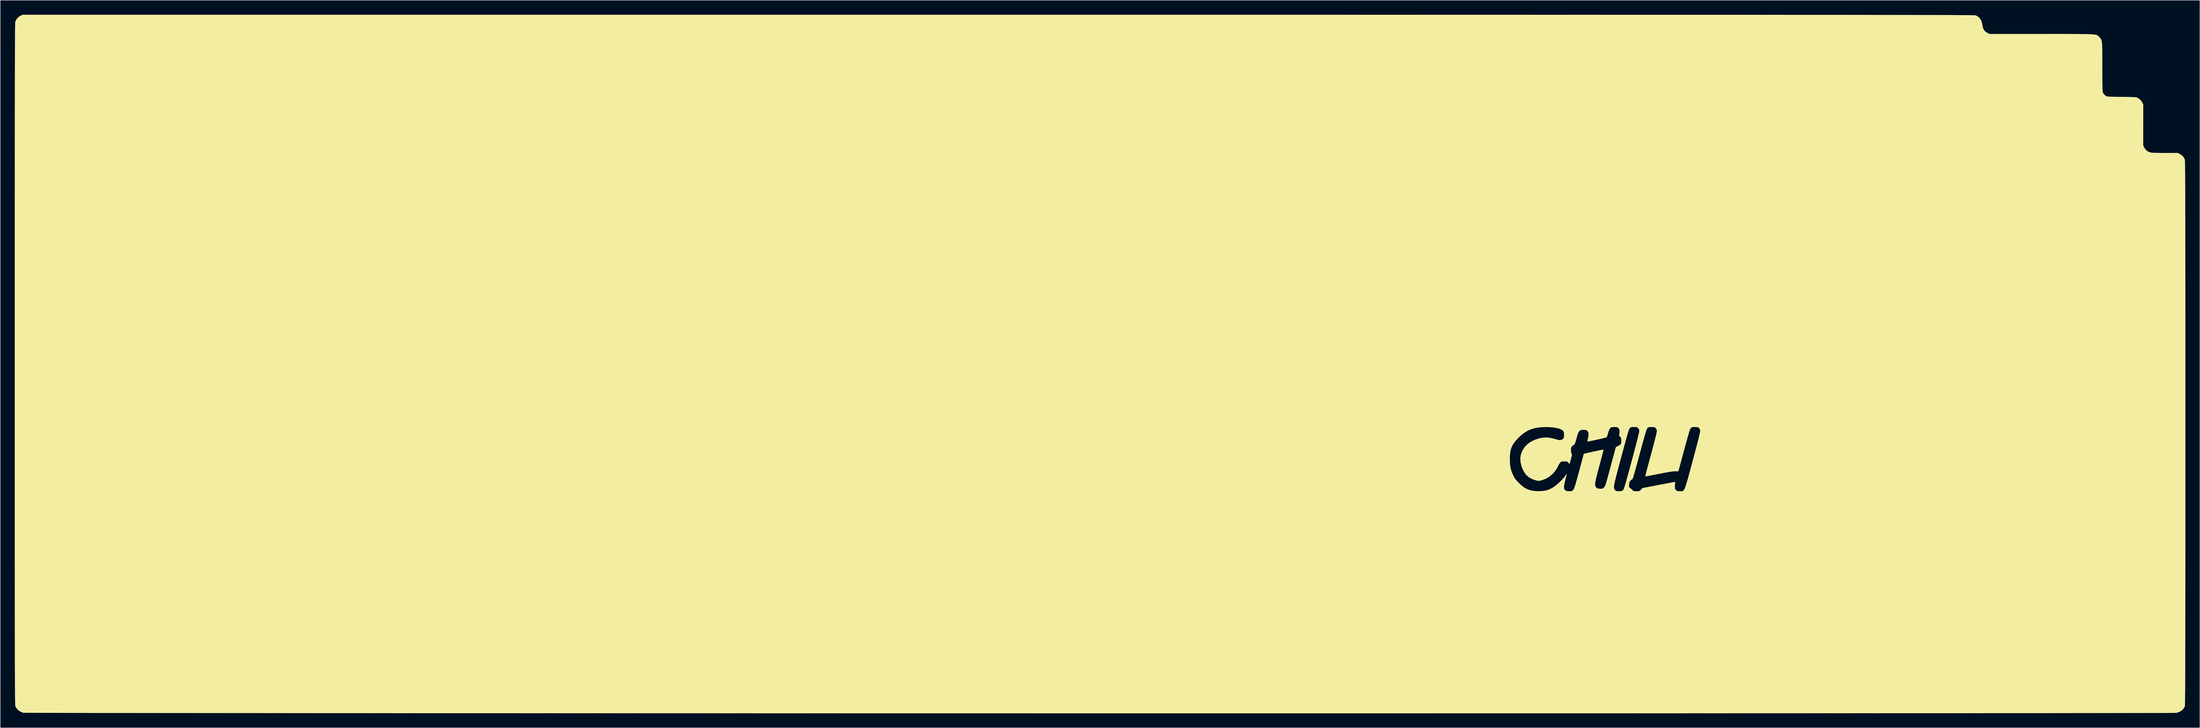
<source format=kicad_pcb>
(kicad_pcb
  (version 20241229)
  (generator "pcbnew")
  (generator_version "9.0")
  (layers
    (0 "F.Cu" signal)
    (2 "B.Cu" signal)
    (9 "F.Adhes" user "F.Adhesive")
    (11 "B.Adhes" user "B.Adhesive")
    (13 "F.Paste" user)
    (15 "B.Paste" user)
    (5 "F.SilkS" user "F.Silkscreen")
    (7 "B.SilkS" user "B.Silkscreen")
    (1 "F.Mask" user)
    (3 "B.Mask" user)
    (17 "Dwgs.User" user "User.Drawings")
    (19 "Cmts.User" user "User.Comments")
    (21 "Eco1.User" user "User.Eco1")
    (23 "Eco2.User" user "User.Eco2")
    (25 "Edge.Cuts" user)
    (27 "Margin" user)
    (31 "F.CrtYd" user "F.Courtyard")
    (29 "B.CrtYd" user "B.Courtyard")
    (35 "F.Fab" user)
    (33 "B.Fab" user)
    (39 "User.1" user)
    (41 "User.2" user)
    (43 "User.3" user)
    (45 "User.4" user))
  (footprint "LOGO"
    (layer "F.Cu")
    (at 224.668 72.226)
    (property "Reference" "LOGO" (at 0 0 0) (layer "F.SilkS") (effects (font (size 1.524 1.524) (thickness 0.3))))
    (attr through_hole)
    (fp_poly (pts (xy -13.93 -72.221) (xy -6.971 -72.221) (xy -0.177 -72.221) (xy 6.454 -72.221) (xy 12.923 -72.221) (xy 19.233 -72.22) (xy 25.385 -72.22) (xy 31.381 -72.22) (xy 37.224 -72.22) (xy 42.915 -72.22) (xy 48.456 -72.22) (xy 53.85 -72.219) (xy 59.097 -72.219) (xy 64.201 -72.219) (xy 69.163 -72.218) (xy 73.985 -72.218) (xy 78.669 -72.218) (xy 83.217 -72.217) (xy 87.631 -72.217) (xy 91.912 -72.216) (xy 96.064 -72.216) (xy 100.087 -72.215) (xy 103.984 -72.214) (xy 107.757 -72.214) (xy 111.407 -72.213) (xy 114.937 -72.212) (xy 118.349 -72.211) (xy 121.644 -72.211) (xy 124.825 -72.21) (xy 127.893 -72.209) (xy 130.851 -72.208) (xy 133.7 -72.207) (xy 136.442 -72.206) (xy 139.08 -72.204) (xy 141.615 -72.203) (xy 144.049 -72.202) (xy 146.384 -72.2) (xy 148.622 -72.199) (xy 150.766 -72.198) (xy 152.816 -72.196) (xy 154.776 -72.194) (xy 156.646 -72.193) (xy 158.43 -72.191) (xy 160.128 -72.189) (xy 161.743 -72.187) (xy 163.277 -72.185) (xy 164.732 -72.183) (xy 166.109 -72.181) (xy 167.411 -72.179) (xy 168.64 -72.177) (xy 169.797 -72.175) (xy 170.885 -72.172) (xy 171.906 -72.17) (xy 172.861 -72.167) (xy 173.752 -72.165) (xy 174.581 -72.162) (xy 175.351 -72.159) (xy 176.064 -72.156) (xy 176.72 -72.153) (xy 177.323 -72.15) (xy 177.874 -72.147) (xy 178.375 -72.144) (xy 178.828 -72.14) (xy 179.235 -72.137) (xy 179.599 -72.134) (xy 179.92 -72.13) (xy 180.201 -72.126) (xy 180.444 -72.122) (xy 180.651 -72.118) (xy 180.824 -72.114) (xy 180.964 -72.11) (xy 181.074 -72.106) (xy 181.156 -72.102) (xy 181.211 -72.097) (xy 181.242 -72.093) (xy 181.248 -72.091) (xy 181.746 -71.811) (xy 182.127 -71.429) (xy 182.4 -70.933) (xy 182.574 -70.31) (xy 182.611 -70.069) (xy 182.725 -69.515) (xy 182.918 -69.088) (xy 183.21 -68.755) (xy 183.623 -68.483) (xy 183.632 -68.478) (xy 184.085 -68.241) (xy 194.855 -68.241) (xy 196.468 -68.242) (xy 197.92 -68.242) (xy 199.22 -68.242) (xy 200.378 -68.241) (xy 201.402 -68.239) (xy 202.3 -68.235) (xy 203.082 -68.229) (xy 203.757 -68.22) (xy 204.333 -68.208) (xy 204.819 -68.192) (xy 205.224 -68.173) (xy 205.557 -68.148) (xy 205.827 -68.119) (xy 206.042 -68.084) (xy 206.211 -68.043) (xy 206.344 -67.996) (xy 206.448 -67.942) (xy 206.534 -67.88) (xy 206.609 -67.811) (xy 206.682 -67.733) (xy 206.763 -67.647) (xy 206.801 -67.609) (xy 206.926 -67.482) (xy 207.034 -67.365) (xy 207.126 -67.244) (xy 207.202 -67.105) (xy 207.264 -66.934) (xy 207.314 -66.719) (xy 207.354 -66.446) (xy 207.383 -66.102) (xy 207.404 -65.674) (xy 207.418 -65.147) (xy 207.427 -64.508) (xy 207.431 -63.745) (xy 207.433 -62.844) (xy 207.433 -61.791) (xy 207.433 -61.416) (xy 207.435 -60.167) (xy 207.44 -59.087) (xy 207.448 -58.176) (xy 207.459 -57.433) (xy 207.473 -56.86) (xy 207.491 -56.455) (xy 207.511 -56.218) (xy 207.524 -56.161) (xy 207.744 -55.792) (xy 208.088 -55.478) (xy 208.238 -55.385) (xy 208.326 -55.347) (xy 208.448 -55.315) (xy 208.623 -55.29) (xy 208.867 -55.27) (xy 209.199 -55.255) (xy 209.637 -55.244) (xy 210.198 -55.234) (xy 210.9 -55.227) (xy 211.37 -55.223) (xy 212.149 -55.215) (xy 212.846 -55.202) (xy 213.445 -55.186) (xy 213.929 -55.166) (xy 214.282 -55.144) (xy 214.487 -55.12) (xy 214.517 -55.113) (xy 214.999 -54.87) (xy 215.408 -54.497) (xy 215.682 -54.08) (xy 215.906 -53.623) (xy 215.897 -45.163) (xy 216.132 -44.701) (xy 216.45 -44.238) (xy 216.871 -43.909) (xy 217.399 -43.71) (xy 217.508 -43.687) (xy 217.713 -43.665) (xy 218.062 -43.645) (xy 218.529 -43.628) (xy 219.088 -43.616) (xy 219.714 -43.608) (xy 220.38 -43.606) (xy 220.504 -43.606) (xy 223.035 -43.612) (xy 223.49 -43.389) (xy 223.957 -43.084) (xy 224.305 -42.672) (xy 224.491 -42.31) (xy 224.5 -42.278) (xy 224.508 -42.22) (xy 224.516 -42.133) (xy 224.523 -42.013) (xy 224.53 -41.857) (xy 224.537 -41.66) (xy 224.543 -41.419) (xy 224.55 -41.131) (xy 224.555 -40.791) (xy 224.561 -40.396) (xy 224.566 -39.943) (xy 224.571 -39.426) (xy 224.575 -38.843) (xy 224.58 -38.191) (xy 224.584 -37.464) (xy 224.587 -36.66) (xy 224.591 -35.775) (xy 224.594 -34.804) (xy 224.597 -33.746) (xy 224.6 -32.594) (xy 224.602 -31.347) (xy 224.605 -30) (xy 224.607 -28.549) (xy 224.609 -26.991) (xy 224.611 -25.323) (xy 224.612 -23.539) (xy 224.614 -21.637) (xy 224.615 -19.613) (xy 224.616 -17.463) (xy 224.617 -15.184) (xy 224.618 -12.771) (xy 224.619 -10.221) (xy 224.619 -7.53) (xy 224.62 -4.695) (xy 224.62 -1.712) (xy 224.621 1.423) (xy 224.621 4.714) (xy 224.621 8.164) (xy 224.621 11.777) (xy 224.621 14.351) (xy 224.621 18.116) (xy 224.621 21.716) (xy 224.621 25.153) (xy 224.62 28.432) (xy 224.62 31.556) (xy 224.619 34.528) (xy 224.619 37.353) (xy 224.618 40.033) (xy 224.617 42.572) (xy 224.616 44.974) (xy 224.615 47.242) (xy 224.613 49.38) (xy 224.612 51.392) (xy 224.61 53.28) (xy 224.608 55.049) (xy 224.606 56.703) (xy 224.604 58.244) (xy 224.601 59.676) (xy 224.599 61.003) (xy 224.596 62.229) (xy 224.593 63.357) (xy 224.589 64.39) (xy 224.586 65.332) (xy 224.582 66.187) (xy 224.578 66.958) (xy 224.573 67.649) (xy 224.569 68.263) (xy 224.564 68.805) (xy 224.558 69.276) (xy 224.553 69.682) (xy 224.547 70.026) (xy 224.541 70.31) (xy 224.535 70.54) (xy 224.528 70.718) (xy 224.521 70.847) (xy 224.513 70.933) (xy 224.506 70.977) (xy 224.505 70.98) (xy 224.209 71.475) (xy 223.781 71.871) (xy 223.236 72.16) (xy 222.775 72.295) (xy 222.674 72.298) (xy 222.407 72.302) (xy 221.976 72.305) (xy 221.384 72.308) (xy 220.633 72.312) (xy 219.726 72.315) (xy 218.667 72.318) (xy 217.457 72.321) (xy 216.099 72.324) (xy 214.597 72.327) (xy 212.952 72.329) (xy 211.167 72.332) (xy 209.246 72.335) (xy 207.19 72.337) (xy 205.003 72.34) (xy 202.688 72.343) (xy 200.246 72.345) (xy 197.681 72.347) (xy 194.995 72.35) (xy 192.191 72.352) (xy 189.272 72.354) (xy 186.24 72.356) (xy 183.098 72.358) (xy 179.849 72.36) (xy 176.496 72.362) (xy 173.041 72.364) (xy 169.487 72.366) (xy 165.837 72.368) (xy 162.092 72.369) (xy 158.257 72.371) (xy 154.334 72.372) (xy 150.325 72.374) (xy 146.233 72.375) (xy 142.061 72.377) (xy 137.811 72.378) (xy 133.487 72.379) (xy 129.09 72.381) (xy 124.625 72.382) (xy 120.092 72.383) (xy 115.496 72.384) (xy 110.838 72.385) (xy 106.121 72.386) (xy 101.349 72.387) (xy 96.524 72.387) (xy 91.648 72.388) (xy 86.724 72.389) (xy 81.755 72.389) (xy 76.744 72.39) (xy 71.694 72.39) (xy 66.606 72.391) (xy 61.484 72.391) (xy 56.33 72.392) (xy 51.147 72.392) (xy 45.939 72.392) (xy 40.706 72.392) (xy 35.453 72.392) (xy 30.182 72.392) (xy 24.896 72.392) (xy 19.596 72.392) (xy 14.287 72.392) (xy 8.971 72.392) (xy 3.65 72.392) (xy -1.673 72.391) (xy -6.995 72.391) (xy -12.314 72.391) (xy -17.627 72.39) (xy -22.93 72.39) (xy -28.222 72.389) (xy -33.5 72.389) (xy -38.76 72.388) (xy -44.001 72.387) (xy -49.22 72.386) (xy -54.413 72.385) (xy -59.579 72.385) (xy -64.714 72.384) (xy -69.815 72.383) (xy -74.881 72.382) (xy -79.909 72.38) (xy -84.895 72.379) (xy -89.837 72.378) (xy -94.732 72.377) (xy -99.578 72.375) (xy -104.372 72.374) (xy -109.111 72.373) (xy -113.792 72.371) (xy -118.414 72.37) (xy -122.972 72.368) (xy -127.465 72.366) (xy -131.889 72.365) (xy -136.243 72.363) (xy -140.523 72.361) (xy -144.726 72.359) (xy -148.85 72.357) (xy -152.893 72.355) (xy -156.851 72.353) (xy -160.722 72.351) (xy -164.503 72.349) (xy -168.191 72.347) (xy -171.784 72.345) (xy -175.279 72.343) (xy -178.673 72.34) (xy -181.964 72.338) (xy -185.149 72.336) (xy -188.225 72.333) (xy -191.189 72.331) (xy -194.04 72.328) (xy -196.773 72.326) (xy -199.387 72.323) (xy -201.878 72.32) (xy -204.245 72.317) (xy -206.484 72.315) (xy -208.592 72.312) (xy -210.567 72.309) (xy -212.407 72.306) (xy -214.108 72.303) (xy -215.668 72.3) (xy -217.084 72.297) (xy -218.353 72.294) (xy -219.473 72.291) (xy -220.441 72.287) (xy -221.254 72.284) (xy -221.91 72.281) (xy -222.406 72.277) (xy -222.739 72.274) (xy -222.907 72.271) (xy -222.927 72.269) (xy -223.543 72.023) (xy -224.036 71.662) (xy -224.41 71.181) (xy -224.525 70.957) (xy -224.534 70.93) (xy -224.541 70.885) (xy -224.549 70.818) (xy -224.556 70.726) (xy -224.563 70.605) (xy -224.569 70.451) (xy -224.576 70.263) (xy -224.582 70.035) (xy -224.587 69.765) (xy -224.593 69.45) (xy -224.598 69.086) (xy -224.603 68.67) (xy -224.608 68.198) (xy -224.612 67.667) (xy -224.616 67.074) (xy -224.62 66.415) (xy -224.624 65.687) (xy -224.627 64.886) (xy -224.631 64.01) (xy -224.634 63.055) (xy -224.637 62.017) (xy -224.639 60.893) (xy -224.642 59.681) (xy -224.644 58.375) (xy -224.646 56.974) (xy -224.648 55.473) (xy -224.65 53.87) (xy -224.652 52.161) (xy -224.653 50.342) (xy -224.655 48.411) (xy -224.656 46.363) (xy -224.657 44.196) (xy -224.658 41.907) (xy -224.659 39.491) (xy -224.66 36.945) (xy -224.66 34.267) (xy -224.661 31.453) (xy -224.662 28.499) (xy -224.662 25.401) (xy -224.662 22.158) (xy -224.662 19.727) (xy 84.803 19.727) (xy 84.822 20.524) (xy 84.884 21.201) (xy 84.999 21.804) (xy 85.175 22.379) (xy 85.422 22.971) (xy 85.487 23.108) (xy 85.668 23.468) (xy 85.843 23.762) (xy 86.044 24.034) (xy 86.302 24.327) (xy 86.652 24.686) (xy 86.687 24.721) (xy 87.219 25.221) (xy 87.706 25.602) (xy 88.19 25.889) (xy 88.712 26.109) (xy 89.171 26.249) (xy 89.699 26.348) (xy 90.327 26.398) (xy 91 26.399) (xy 91.663 26.354) (xy 92.261 26.264) (xy 92.661 26.159) (xy 93.024 26.011) (xy 93.441 25.804) (xy 93.829 25.579) (xy 93.876 25.549) (xy 94.291 25.246) (xy 94.755 24.854) (xy 95.229 24.411) (xy 95.675 23.955) (xy 96.054 23.523) (xy 96.296 23.2) (xy 96.451 22.975) (xy 96.562 22.829) (xy 96.605 22.795) (xy 96.605 22.795) (xy 96.583 22.895) (xy 96.525 23.126) (xy 96.439 23.455) (xy 96.332 23.85) (xy 96.308 23.936) (xy 96.18 24.446) (xy 96.082 24.914) (xy 96.024 25.297) (xy 96.012 25.489) (xy 96.025 25.783) (xy 96.078 25.976) (xy 96.195 26.134) (xy 96.249 26.188) (xy 96.395 26.31) (xy 96.548 26.379) (xy 96.764 26.409) (xy 97.087 26.416) (xy 97.297 26.416) (xy 97.474 26.407) (xy 97.627 26.377) (xy 97.762 26.311) (xy 97.885 26.197) (xy 98.002 26.021) (xy 98.12 25.771) (xy 98.247 25.433) (xy 98.387 24.993) (xy 98.549 24.439) (xy 98.737 23.758) (xy 98.96 22.936) (xy 99.141 22.263) (xy 100.11 18.662) (xy 102.129 18.211) (xy 102.689 18.088) (xy 103.193 17.98) (xy 103.618 17.894) (xy 103.94 17.833) (xy 104.137 17.802) (xy 104.189 17.8) (xy 104.176 17.888) (xy 104.123 18.122) (xy 104.034 18.484) (xy 103.914 18.956) (xy 103.766 19.522) (xy 103.596 20.163) (xy 103.408 20.862) (xy 103.338 21.122) (xy 103.088 22.047) (xy 102.883 22.824) (xy 102.719 23.469) (xy 102.596 23.995) (xy 102.511 24.418) (xy 102.461 24.753) (xy 102.445 25.015) (xy 102.46 25.219) (xy 102.504 25.379) (xy 102.576 25.511) (xy 102.672 25.629) (xy 102.68 25.638) (xy 102.828 25.776) (xy 102.984 25.853) (xy 103.205 25.889) (xy 103.464 25.901) (xy 103.768 25.903) (xy 103.964 25.876) (xy 104.111 25.799) (xy 104.268 25.654) (xy 104.297 25.624) (xy 104.319 25.6) (xy 106.348 25.6) (xy 106.356 25.771) (xy 106.386 25.904) (xy 106.434 26.01) (xy 106.498 26.1) (xy 106.569 26.179) (xy 106.705 26.304) (xy 106.846 26.376) (xy 107.045 26.408) (xy 107.354 26.416) (xy 107.4 26.416) (xy 107.725 26.41) (xy 107.933 26.381) (xy 108.079 26.315) (xy 108.213 26.196) (xy 108.233 26.176) (xy 108.283 26.113) (xy 108.336 26.017) (xy 108.398 25.878) (xy 108.47 25.682) (xy 108.524 25.52) (xy 109.451 25.52) (xy 109.949 25.966) (xy 110.448 26.412) (xy 111.055 26.414) (xy 111.373 26.411) (xy 111.576 26.387) (xy 111.717 26.322) (xy 111.851 26.197) (xy 111.944 26.091) (xy 112.226 25.766) (xy 115.443 25.151) (xy 116.165 25.013) (xy 116.84 24.884) (xy 117.448 24.767) (xy 117.971 24.666) (xy 118.389 24.585) (xy 118.682 24.528) (xy 118.832 24.498) (xy 118.842 24.495) (xy 118.929 24.483) (xy 118.98 24.516) (xy 119 24.625) (xy 118.998 24.841) (xy 118.978 25.185) (xy 118.958 25.54) (xy 118.96 25.771) (xy 118.991 25.924) (xy 119.061 26.042) (xy 119.172 26.166) (xy 119.313 26.298) (xy 119.453 26.373) (xy 119.645 26.407) (xy 119.944 26.416) (xy 120.015 26.416) (xy 120.187 26.419) (xy 120.337 26.421) (xy 120.469 26.412) (xy 120.587 26.38) (xy 120.696 26.316) (xy 120.801 26.207) (xy 120.905 26.045) (xy 121.014 25.817) (xy 121.132 25.514) (xy 121.263 25.124) (xy 121.412 24.638) (xy 121.583 24.043) (xy 121.781 23.331) (xy 122.01 22.489) (xy 122.275 21.508) (xy 122.58 20.376) (xy 122.642 20.143) (xy 122.933 19.06) (xy 123.201 18.053) (xy 123.443 17.13) (xy 123.657 16.303) (xy 123.84 15.584) (xy 123.989 14.982) (xy 124.101 14.509) (xy 124.174 14.176) (xy 124.205 13.992) (xy 124.206 13.975) (xy 124.175 13.677) (xy 124.06 13.454) (xy 123.978 13.361) (xy 123.848 13.239) (xy 123.714 13.168) (xy 123.527 13.134) (xy 123.237 13.124) (xy 123.104 13.123) (xy 122.765 13.129) (xy 122.547 13.154) (xy 122.402 13.21) (xy 122.281 13.311) (xy 122.252 13.341) (xy 122.198 13.418) (xy 122.133 13.553) (xy 122.055 13.756) (xy 121.959 14.04) (xy 121.842 14.417) (xy 121.7 14.899) (xy 121.53 15.499) (xy 121.327 16.228) (xy 121.089 17.098) (xy 120.862 17.934) (xy 119.676 22.31) (xy 119.084 22.286) (xy 118.87 22.286) (xy 118.602 22.306) (xy 118.26 22.348) (xy 117.828 22.415) (xy 117.287 22.509) (xy 116.62 22.633) (xy 115.808 22.791) (xy 115.666 22.819) (xy 114.999 22.95) (xy 114.386 23.068) (xy 113.848 23.171) (xy 113.403 23.254) (xy 113.071 23.313) (xy 112.871 23.346) (xy 112.818 23.351) (xy 112.836 23.267) (xy 112.894 23.034) (xy 112.988 22.668) (xy 113.116 22.183) (xy 113.272 21.594) (xy 113.453 20.916) (xy 113.655 20.164) (xy 113.874 19.353) (xy 114.013 18.838) (xy 114.263 17.91) (xy 114.492 17.046) (xy 114.697 16.261) (xy 114.873 15.568) (xy 115.018 14.981) (xy 115.128 14.513) (xy 115.2 14.179) (xy 115.23 13.992) (xy 115.231 13.975) (xy 115.2 13.678) (xy 115.086 13.455) (xy 115.004 13.361) (xy 114.873 13.239) (xy 114.739 13.168) (xy 114.551 13.134) (xy 114.261 13.124) (xy 114.131 13.123) (xy 113.794 13.128) (xy 113.578 13.153) (xy 113.434 13.209) (xy 113.311 13.311) (xy 113.268 13.356) (xy 113.217 13.426) (xy 113.159 13.54) (xy 113.09 13.71) (xy 113.007 13.947) (xy 112.906 14.263) (xy 112.784 14.67) (xy 112.638 15.18) (xy 112.463 15.804) (xy 112.257 16.554) (xy 112.016 17.441) (xy 111.736 18.478) (xy 111.668 18.733) (xy 111.424 19.633) (xy 111.192 20.484) (xy 110.973 21.271) (xy 110.774 21.98) (xy 110.597 22.597) (xy 110.447 23.108) (xy 110.328 23.501) (xy 110.243 23.76) (xy 110.197 23.872) (xy 110.193 23.876) (xy 110.084 23.932) (xy 109.911 24.076) (xy 109.814 24.171) (xy 109.647 24.365) (xy 109.553 24.555) (xy 109.505 24.81) (xy 109.489 24.994) (xy 109.451 25.52) (xy 108.524 25.52) (xy 108.558 25.42) (xy 108.663 25.08) (xy 108.789 24.651) (xy 108.94 24.12) (xy 109.12 23.478) (xy 109.331 22.711) (xy 109.576 21.81) (xy 109.86 20.762) (xy 110.027 20.143) (xy 110.318 19.06) (xy 110.586 18.053) (xy 110.828 17.13) (xy 111.042 16.303) (xy 111.225 15.584) (xy 111.373 14.982) (xy 111.486 14.509) (xy 111.559 14.176) (xy 111.59 13.992) (xy 111.591 13.975) (xy 111.559 13.677) (xy 111.444 13.454) (xy 111.363 13.361) (xy 111.232 13.239) (xy 111.098 13.168) (xy 110.911 13.134) (xy 110.62 13.124) (xy 110.49 13.123) (xy 110.154 13.128) (xy 109.938 13.153) (xy 109.793 13.209) (xy 109.671 13.311) (xy 109.628 13.356) (xy 109.579 13.424) (xy 109.523 13.535) (xy 109.455 13.701) (xy 109.374 13.934) (xy 109.275 14.243) (xy 109.156 14.64) (xy 109.012 15.136) (xy 108.841 15.743) (xy 108.64 16.47) (xy 108.405 17.331) (xy 108.133 18.334) (xy 107.876 19.285) (xy 107.559 20.464) (xy 107.284 21.491) (xy 107.049 22.377) (xy 106.852 23.134) (xy 106.691 23.774) (xy 106.564 24.306) (xy 106.468 24.744) (xy 106.401 25.098) (xy 106.362 25.379) (xy 106.348 25.6) (xy 104.319 25.6) (xy 104.364 25.55) (xy 104.427 25.462) (xy 104.49 25.346) (xy 104.558 25.187) (xy 104.636 24.972) (xy 104.728 24.684) (xy 104.839 24.31) (xy 104.974 23.835) (xy 105.136 23.244) (xy 105.332 22.522) (xy 105.565 21.654) (xy 105.629 21.413) (xy 105.841 20.624) (xy 106.04 19.881) (xy 106.223 19.202) (xy 106.384 18.603) (xy 106.519 18.101) (xy 106.625 17.713) (xy 106.695 17.455) (xy 106.727 17.343) (xy 106.727 17.343) (xy 106.834 17.223) (xy 107.038 17.121) (xy 107.079 17.108) (xy 107.352 16.989) (xy 107.607 16.81) (xy 107.625 16.794) (xy 107.752 16.656) (xy 107.824 16.516) (xy 107.857 16.319) (xy 107.865 16.012) (xy 107.865 15.96) (xy 107.859 15.635) (xy 107.831 15.427) (xy 107.765 15.281) (xy 107.645 15.146) (xy 107.62 15.121) (xy 107.463 14.948) (xy 107.416 14.801) (xy 107.45 14.619) (xy 107.532 14.142) (xy 107.494 13.729) (xy 107.34 13.408) (xy 107.299 13.361) (xy 107.168 13.239) (xy 107.034 13.168) (xy 106.847 13.134) (xy 106.556 13.124) (xy 106.426 13.123) (xy 106.09 13.128) (xy 105.874 13.152) (xy 105.731 13.209) (xy 105.61 13.31) (xy 105.566 13.356) (xy 105.414 13.594) (xy 105.257 13.977) (xy 105.129 14.387) (xy 105.027 14.735) (xy 104.935 15.018) (xy 104.866 15.201) (xy 104.84 15.245) (xy 104.74 15.282) (xy 104.504 15.346) (xy 104.162 15.432) (xy 103.74 15.532) (xy 103.266 15.641) (xy 102.769 15.752) (xy 102.277 15.86) (xy 101.816 15.957) (xy 101.416 16.039) (xy 101.104 16.098) (xy 100.907 16.129) (xy 100.853 16.13) (xy 100.851 16.032) (xy 100.89 15.821) (xy 100.951 15.58) (xy 101.031 15.216) (xy 101.082 14.832) (xy 101.092 14.632) (xy 101.074 14.335) (xy 101.004 14.131) (xy 100.864 13.953) (xy 100.728 13.828) (xy 100.587 13.756) (xy 100.388 13.724) (xy 100.078 13.716) (xy 100.034 13.716) (xy 99.713 13.721) (xy 99.506 13.749) (xy 99.361 13.816) (xy 99.221 13.939) (xy 99.171 13.991) (xy 99.059 14.129) (xy 98.96 14.305) (xy 98.863 14.548) (xy 98.755 14.888) (xy 98.626 15.355) (xy 98.584 15.515) (xy 98.451 15.997) (xy 98.332 16.378) (xy 98.235 16.639) (xy 98.166 16.758) (xy 98.153 16.764) (xy 98.032 16.816) (xy 97.845 16.948) (xy 97.751 17.027) (xy 97.594 17.174) (xy 97.504 17.305) (xy 97.463 17.475) (xy 97.452 17.737) (xy 97.451 17.888) (xy 97.469 18.284) (xy 97.524 18.536) (xy 97.58 18.628) (xy 97.63 18.703) (xy 97.649 18.806) (xy 97.634 18.968) (xy 97.582 19.219) (xy 97.487 19.589) (xy 97.435 19.782) (xy 97.162 20.794) (xy 96.917 20.515) (xy 96.779 20.369) (xy 96.65 20.286) (xy 96.478 20.247) (xy 96.21 20.236) (xy 96.061 20.235) (xy 95.734 20.241) (xy 95.524 20.269) (xy 95.381 20.333) (xy 95.251 20.448) (xy 95.232 20.468) (xy 95.083 20.667) (xy 94.91 20.957) (xy 94.762 21.251) (xy 94.303 22.066) (xy 93.719 22.777) (xy 93.025 23.371) (xy 92.238 23.834) (xy 91.373 24.154) (xy 91.292 24.175) (xy 90.977 24.246) (xy 90.739 24.267) (xy 90.492 24.236) (xy 90.234 24.176) (xy 89.438 23.913) (xy 88.774 23.551) (xy 88.225 23.08) (xy 87.778 22.487) (xy 87.551 22.069) (xy 87.196 21.175) (xy 87.004 20.323) (xy 86.974 19.515) (xy 87.082 18.842) (xy 87.372 18.055) (xy 87.807 17.349) (xy 88.38 16.732) (xy 89.085 16.21) (xy 89.914 15.79) (xy 90.354 15.626) (xy 91.237 15.388) (xy 92.073 15.288) (xy 92.904 15.325) (xy 93.773 15.499) (xy 94.207 15.629) (xy 94.736 15.776) (xy 95.147 15.83) (xy 95.467 15.79) (xy 95.718 15.655) (xy 95.775 15.605) (xy 95.897 15.473) (xy 95.969 15.337) (xy 96.002 15.147) (xy 96.012 14.853) (xy 96.012 14.742) (xy 96.006 14.405) (xy 95.979 14.186) (xy 95.918 14.033) (xy 95.809 13.895) (xy 95.783 13.867) (xy 95.48 13.65) (xy 95.028 13.465) (xy 94.447 13.316) (xy 93.753 13.207) (xy 92.966 13.142) (xy 92.244 13.125) (xy 91.148 13.167) (xy 90.174 13.301) (xy 89.297 13.537) (xy 88.492 13.884) (xy 87.731 14.354) (xy 86.991 14.956) (xy 86.571 15.359) (xy 85.999 15.976) (xy 85.558 16.555) (xy 85.233 17.132) (xy 85.01 17.744) (xy 84.875 18.425) (xy 84.812 19.212) (xy 84.803 19.727) (xy -224.662 19.727) (xy -224.663 18.765) (xy -224.663 15.219) (xy -224.663 11.516) (xy -224.663 7.654) (xy -224.663 3.629) (xy -224.663 0.085) (xy -224.663 -4.176) (xy -224.663 -8.271) (xy -224.663 -12.203) (xy -224.662 -15.974) (xy -224.662 -19.589) (xy -224.661 -23.049) (xy -224.661 -26.358) (xy -224.66 -29.519) (xy -224.659 -32.535) (xy -224.658 -35.41) (xy -224.657 -38.145) (xy -224.656 -40.745) (xy -224.655 -43.212) (xy -224.653 -45.55) (xy -224.652 -47.76) (xy -224.65 -49.848) (xy -224.648 -51.814) (xy -224.646 -53.663) (xy -224.644 -55.398) (xy -224.642 -57.021) (xy -224.639 -58.537) (xy -224.636 -59.946) (xy -224.633 -61.254) (xy -224.63 -62.462) (xy -224.627 -63.574) (xy -224.624 -64.594) (xy -224.62 -65.523) (xy -224.616 -66.365) (xy -224.612 -67.123) (xy -224.608 -67.801) (xy -224.603 -68.4) (xy -224.598 -68.925) (xy -224.593 -69.378) (xy -224.588 -69.763) (xy -224.583 -70.081) (xy -224.577 -70.338) (xy -224.571 -70.534) (xy -224.565 -70.675) (xy -224.559 -70.762) (xy -224.553 -70.796) (xy -224.283 -71.324) (xy -223.893 -71.749) (xy -223.504 -72) (xy -223.052 -72.221) (xy -21.057 -72.221) (xy -13.93 -72.221)) (stroke (width 0.01) (type solid)) (fill yes) (layer "F.SilkS")))
  (gr_rect
    (start -3 -3)
    (end 452.294 147.623)
    (stroke (width 0.1) (type default))
    (fill no)
    (layer "Edge.Cuts")))
</source>
